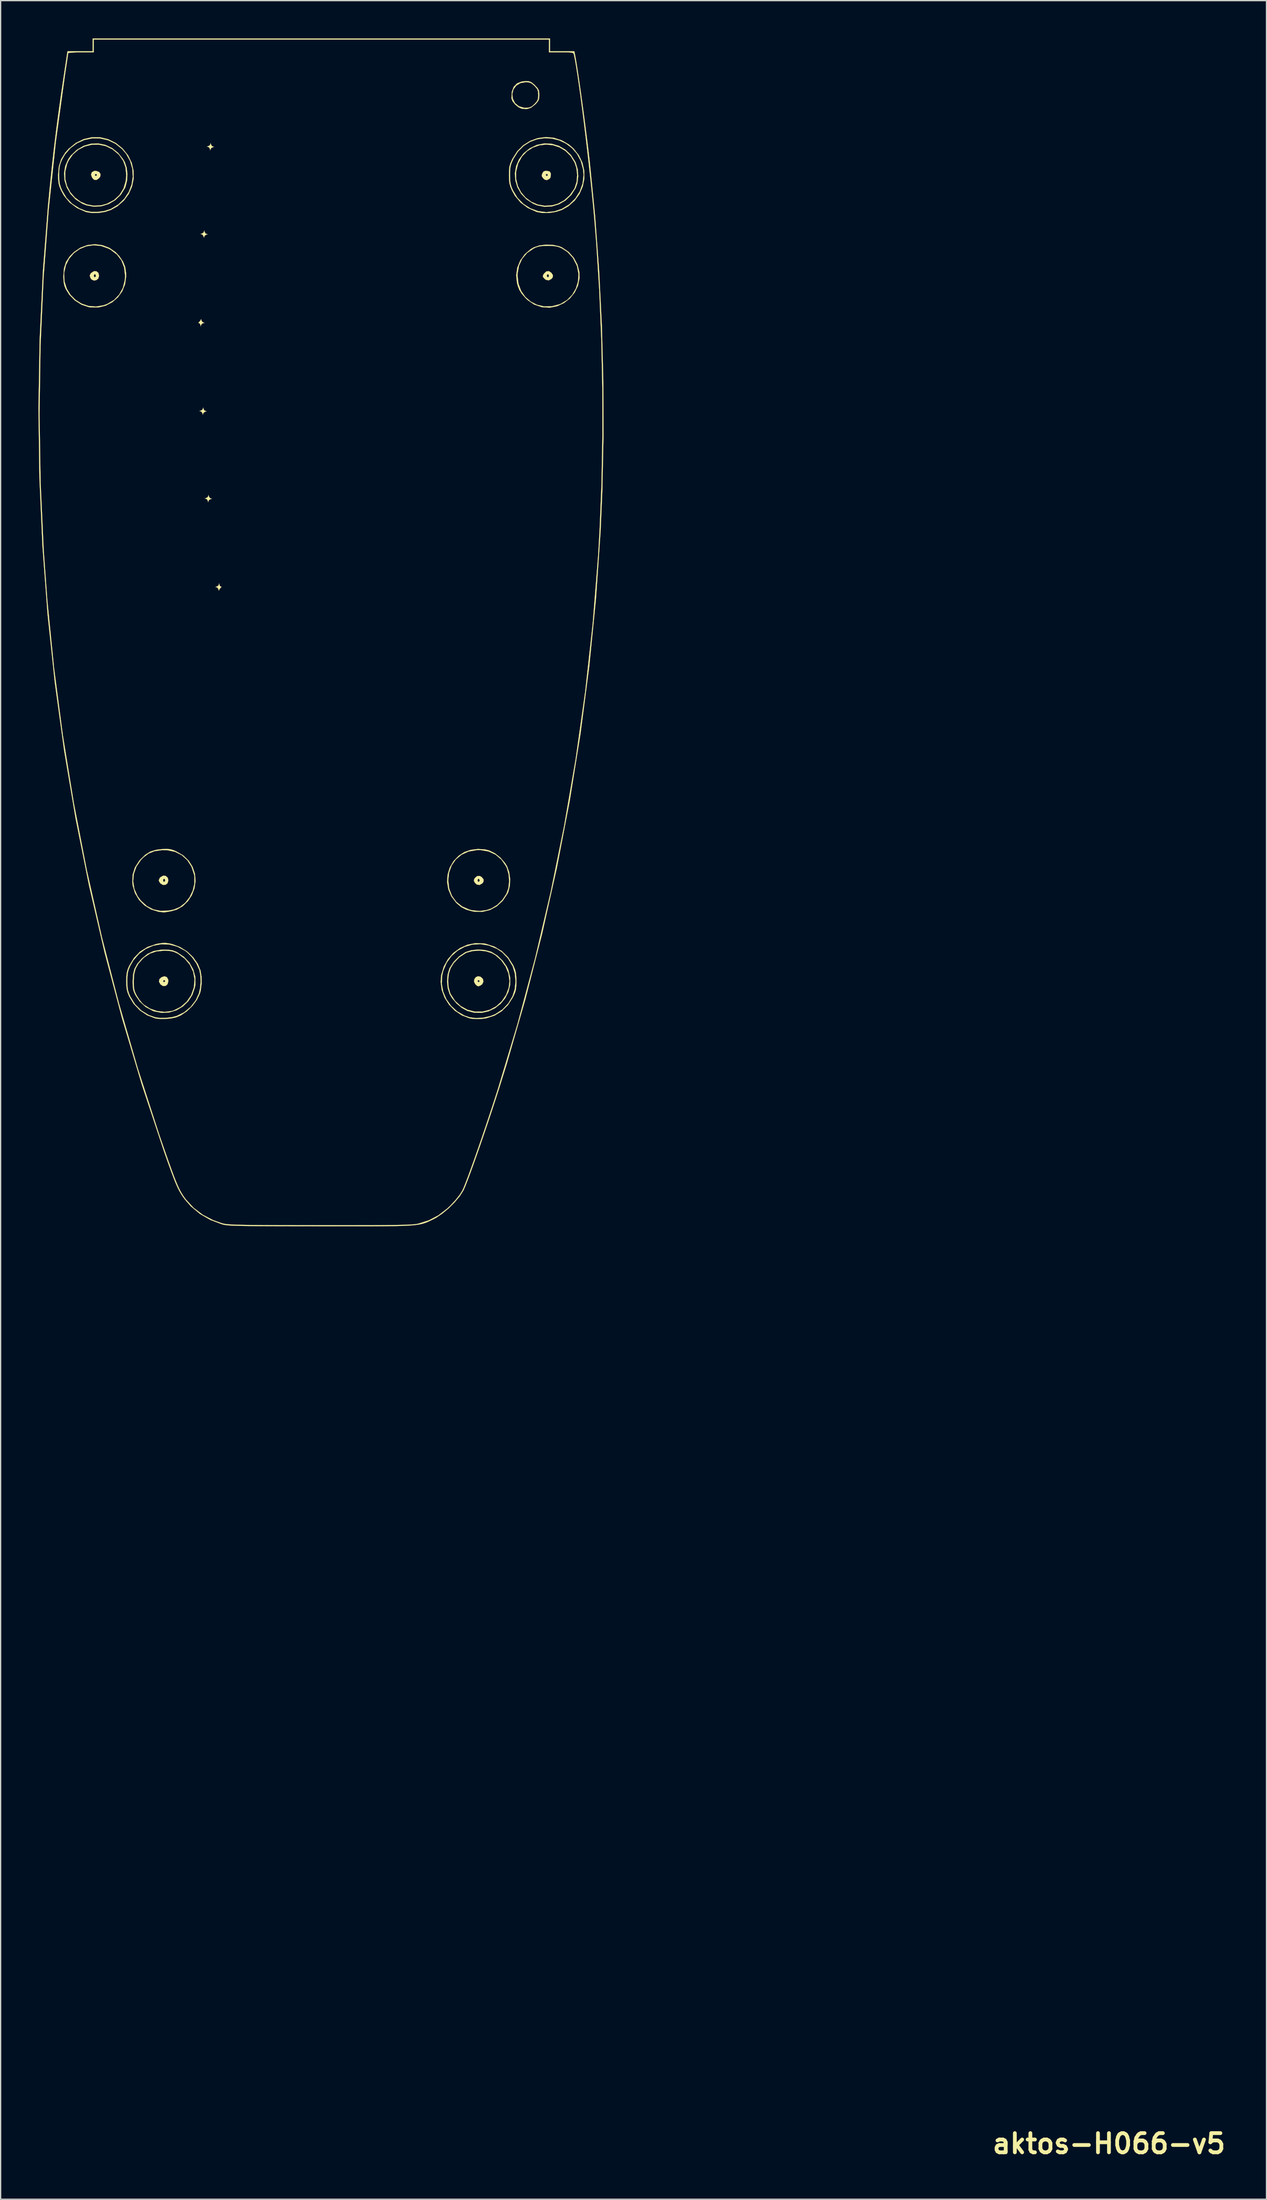
<source format=kicad_pcb>
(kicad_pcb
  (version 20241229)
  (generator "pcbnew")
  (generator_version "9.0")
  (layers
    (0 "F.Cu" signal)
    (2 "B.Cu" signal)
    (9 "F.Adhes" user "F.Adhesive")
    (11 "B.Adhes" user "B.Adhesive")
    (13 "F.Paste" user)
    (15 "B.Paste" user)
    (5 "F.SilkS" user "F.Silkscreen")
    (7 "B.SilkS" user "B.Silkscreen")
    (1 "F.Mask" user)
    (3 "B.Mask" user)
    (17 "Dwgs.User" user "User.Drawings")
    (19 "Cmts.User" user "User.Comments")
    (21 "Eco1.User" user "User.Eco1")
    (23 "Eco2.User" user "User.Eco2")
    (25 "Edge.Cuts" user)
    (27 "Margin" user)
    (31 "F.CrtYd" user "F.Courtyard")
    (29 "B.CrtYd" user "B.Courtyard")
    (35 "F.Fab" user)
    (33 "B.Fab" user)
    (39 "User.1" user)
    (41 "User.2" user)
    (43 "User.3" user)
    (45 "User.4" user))
  (footprint "aktos-H066-v5"
    (layer "F.Cu")
    (at 4.331 1.064)
    (property "Reference" "aktos-H066-v5" (at 80.7 166.094 0) (layer "F.SilkS") (effects (font (size 1.524 1.524) (thickness 0.3))))
    (attr through_hole)
    (fp_poly (pts (xy 8.611 21.306) (xy 8.611 21.308) (xy 8.687 21.447) (xy 8.765 21.488) (xy 8.864 21.52) (xy 8.8 21.535) (xy 8.772 21.537) (xy 8.632 21.616) (xy 8.591 21.695) (xy 8.559 21.799) (xy 8.546 21.739) (xy 8.542 21.695) (xy 8.484 21.568) (xy 8.427 21.545) (xy 8.371 21.521) (xy 8.414 21.482) (xy 8.527 21.35) (xy 8.556 21.293) (xy 8.596 21.217) (xy 8.611 21.306)) (stroke (width 0.01) (type solid)) (fill yes) (layer "F.SilkS"))
    (fp_poly (pts (xy 10.044 42.267) (xy 10.047 42.311) (xy 10.105 42.438) (xy 10.162 42.461) (xy 10.219 42.485) (xy 10.175 42.524) (xy 10.062 42.656) (xy 10.034 42.713) (xy 9.993 42.789) (xy 9.979 42.7) (xy 9.979 42.698) (xy 9.902 42.559) (xy 9.824 42.518) (xy 9.725 42.486) (xy 9.789 42.471) (xy 9.818 42.469) (xy 9.957 42.39) (xy 9.998 42.311) (xy 10.03 42.207) (xy 10.044 42.267)) (stroke (width 0.01) (type solid)) (fill yes) (layer "F.SilkS"))
    (fp_poly (pts (xy 8.775 28.306) (xy 8.777 28.335) (xy 8.856 28.475) (xy 8.935 28.516) (xy 9.034 28.548) (xy 8.97 28.562) (xy 8.941 28.564) (xy 8.801 28.644) (xy 8.76 28.722) (xy 8.728 28.821) (xy 8.714 28.757) (xy 8.712 28.728) (xy 8.632 28.589) (xy 8.554 28.548) (xy 8.455 28.516) (xy 8.519 28.501) (xy 8.548 28.499) (xy 8.687 28.42) (xy 8.728 28.341) (xy 8.76 28.242) (xy 8.775 28.306)) (stroke (width 0.01) (type solid)) (fill yes) (layer "F.SilkS"))
    (fp_poly (pts (xy 8.859 14.252) (xy 8.862 14.28) (xy 8.941 14.42) (xy 9.02 14.461) (xy 9.118 14.493) (xy 9.054 14.507) (xy 9.026 14.51) (xy 8.886 14.589) (xy 8.845 14.668) (xy 8.813 14.766) (xy 8.799 14.702) (xy 8.796 14.674) (xy 8.717 14.534) (xy 8.639 14.493) (xy 8.54 14.461) (xy 8.604 14.447) (xy 8.632 14.444) (xy 8.772 14.365) (xy 8.813 14.287) (xy 8.845 14.188) (xy 8.859 14.252)) (stroke (width 0.01) (type solid)) (fill yes) (layer "F.SilkS"))
    (fp_poly (pts (xy 9.198 35.249) (xy 9.2 35.278) (xy 9.28 35.417) (xy 9.358 35.458) (xy 9.457 35.49) (xy 9.393 35.505) (xy 9.364 35.507) (xy 9.225 35.586) (xy 9.184 35.665) (xy 9.152 35.764) (xy 9.137 35.7) (xy 9.135 35.671) (xy 9.056 35.531) (xy 8.977 35.49) (xy 8.878 35.458) (xy 8.942 35.444) (xy 8.971 35.442) (xy 9.111 35.362) (xy 9.152 35.284) (xy 9.184 35.185) (xy 9.198 35.249)) (stroke (width 0.01) (type solid)) (fill yes) (layer "F.SilkS"))
    (fp_poly (pts (xy 9.367 7.309) (xy 9.37 7.338) (xy 9.449 7.477) (xy 9.527 7.518) (xy 9.626 7.55) (xy 9.562 7.565) (xy 9.534 7.567) (xy 9.394 7.646) (xy 9.353 7.725) (xy 9.321 7.824) (xy 9.307 7.76) (xy 9.304 7.731) (xy 9.225 7.591) (xy 9.146 7.55) (xy 9.048 7.518) (xy 9.112 7.504) (xy 9.14 7.502) (xy 9.28 7.422) (xy 9.321 7.344) (xy 9.353 7.245) (xy 9.367 7.309)) (stroke (width 0.01) (type solid)) (fill yes) (layer "F.SilkS"))
    (fp_poly (pts (xy 0.489 9.54) (xy 0.603 9.705) (xy 0.578 9.909) (xy 0.487 10.034) (xy 0.276 10.18) (xy 0.092 10.161) (xy -0.065 9.995) (xy -0.143 9.778) (xy 0.151 9.778) (xy 0.215 9.86) (xy 0.235 9.863) (xy 0.318 9.798) (xy 0.32 9.778) (xy 0.256 9.696) (xy 0.235 9.693) (xy 0.153 9.758) (xy 0.151 9.778) (xy -0.143 9.778) (xy -0.15 9.756) (xy -0.09 9.566) (xy 0.094 9.462) (xy 0.253 9.456) (xy 0.489 9.54)) (stroke (width 0.01) (type solid)) (fill yes) (layer "F.SilkS"))
    (fp_poly (pts (xy 5.784 65.436) (xy 5.94 65.575) (xy 5.993 65.785) (xy 5.927 66.015) (xy 5.764 66.142) (xy 5.553 66.148) (xy 5.364 66.033) (xy 5.256 65.877) (xy 5.231 65.785) (xy 5.569 65.785) (xy 5.615 65.898) (xy 5.654 65.912) (xy 5.729 65.843) (xy 5.739 65.785) (xy 5.693 65.672) (xy 5.654 65.658) (xy 5.579 65.727) (xy 5.569 65.785) (xy 5.231 65.785) (xy 5.286 65.636) (xy 5.364 65.537) (xy 5.576 65.416) (xy 5.784 65.436)) (stroke (width 0.01) (type solid)) (fill yes) (layer "F.SilkS"))
    (fp_poly (pts (xy 0.427 17.546) (xy 0.489 17.779) (xy 0.425 18.001) (xy 0.268 18.132) (xy 0.071 18.161) (xy -0.114 18.074) (xy -0.203 17.949) (xy -0.249 17.779) (xy 0.066 17.779) (xy 0.112 17.892) (xy 0.151 17.906) (xy 0.226 17.837) (xy 0.235 17.779) (xy 0.19 17.666) (xy 0.151 17.652) (xy 0.076 17.721) (xy 0.066 17.779) (xy -0.249 17.779) (xy -0.254 17.763) (xy -0.182 17.609) (xy -0.146 17.568) (xy 0.064 17.425) (xy 0.271 17.423) (xy 0.427 17.546)) (stroke (width 0.01) (type solid)) (fill yes) (layer "F.SilkS"))
    (fp_poly (pts (xy 5.869 73.47) (xy 5.98 73.665) (xy 5.993 73.786) (xy 5.931 74.029) (xy 5.776 74.168) (xy 5.575 74.184) (xy 5.372 74.056) (xy 5.371 74.055) (xy 5.244 73.831) (xy 5.253 73.786) (xy 5.569 73.786) (xy 5.634 73.868) (xy 5.654 73.871) (xy 5.736 73.806) (xy 5.739 73.786) (xy 5.674 73.704) (xy 5.654 73.701) (xy 5.572 73.766) (xy 5.569 73.786) (xy 5.253 73.786) (xy 5.284 73.629) (xy 5.437 73.486) (xy 5.676 73.404) (xy 5.869 73.47)) (stroke (width 0.01) (type solid)) (fill yes) (layer "F.SilkS"))
    (fp_poly (pts (xy 30.79 73.442) (xy 30.975 73.616) (xy 31.018 73.83) (xy 30.92 74.033) (xy 30.796 74.127) (xy 30.638 74.197) (xy 30.526 74.174) (xy 30.383 74.046) (xy 30.275 73.849) (xy 30.28 73.786) (xy 30.546 73.786) (xy 30.61 73.868) (xy 30.631 73.871) (xy 30.713 73.806) (xy 30.715 73.786) (xy 30.651 73.704) (xy 30.631 73.701) (xy 30.548 73.766) (xy 30.546 73.786) (xy 30.28 73.786) (xy 30.291 73.646) (xy 30.403 73.482) (xy 30.581 73.4) (xy 30.79 73.442)) (stroke (width 0.01) (type solid)) (fill yes) (layer "F.SilkS"))
    (fp_poly (pts (xy 30.891 65.537) (xy 31.035 65.729) (xy 31.015 65.913) (xy 30.921 66.033) (xy 30.704 66.155) (xy 30.485 66.116) (xy 30.34 65.979) (xy 30.256 65.817) (xy 30.264 65.785) (xy 30.546 65.785) (xy 30.592 65.898) (xy 30.631 65.912) (xy 30.706 65.843) (xy 30.715 65.785) (xy 30.67 65.672) (xy 30.631 65.658) (xy 30.556 65.727) (xy 30.546 65.785) (xy 30.264 65.785) (xy 30.29 65.676) (xy 30.324 65.62) (xy 30.513 65.447) (xy 30.728 65.437) (xy 30.891 65.537)) (stroke (width 0.01) (type solid)) (fill yes) (layer "F.SilkS"))
    (fp_poly (pts (xy 36.417 17.553) (xy 36.542 17.747) (xy 36.515 17.916) (xy 36.424 18.027) (xy 36.206 18.149) (xy 35.979 18.107) (xy 35.84 17.993) (xy 35.741 17.861) (xy 35.747 17.779) (xy 36.049 17.779) (xy 36.095 17.892) (xy 36.134 17.906) (xy 36.209 17.837) (xy 36.219 17.779) (xy 36.173 17.666) (xy 36.134 17.652) (xy 36.059 17.721) (xy 36.049 17.779) (xy 35.747 17.779) (xy 35.749 17.747) (xy 35.828 17.612) (xy 36.016 17.434) (xy 36.225 17.419) (xy 36.417 17.553)) (stroke (width 0.01) (type solid)) (fill yes) (layer "F.SilkS"))
    (fp_poly (pts (xy 36.071 9.455) (xy 36.267 9.498) (xy 36.352 9.611) (xy 36.374 9.731) (xy 36.342 9.984) (xy 36.252 10.091) (xy 36.048 10.192) (xy 35.873 10.143) (xy 35.753 10.032) (xy 35.651 9.875) (xy 35.662 9.778) (xy 35.965 9.778) (xy 36.029 9.86) (xy 36.049 9.863) (xy 36.132 9.798) (xy 36.134 9.778) (xy 36.07 9.696) (xy 36.049 9.693) (xy 35.967 9.758) (xy 35.965 9.778) (xy 35.662 9.778) (xy 35.671 9.71) (xy 35.698 9.645) (xy 35.802 9.493) (xy 35.963 9.449) (xy 36.071 9.455)) (stroke (width 0.01) (type solid)) (fill yes) (layer "F.SilkS"))
    (fp_poly (pts (xy 34.637 2.343) (xy 34.823 2.413) (xy 35.019 2.569) (xy 35.118 2.666) (xy 35.317 2.881) (xy 35.418 3.059) (xy 35.453 3.272) (xy 35.457 3.428) (xy 35.442 3.695) (xy 35.378 3.885) (xy 35.23 4.075) (xy 35.129 4.179) (xy 34.79 4.444) (xy 34.443 4.552) (xy 34.053 4.514) (xy 34.044 4.512) (xy 33.784 4.388) (xy 33.532 4.179) (xy 33.336 3.934) (xy 33.244 3.703) (xy 33.243 3.687) (xy 33.261 3.357) (xy 33.309 3.357) (xy 33.349 3.719) (xy 33.528 4.073) (xy 33.824 4.318) (xy 34.214 4.436) (xy 34.36 4.444) (xy 34.636 4.427) (xy 34.834 4.35) (xy 35.037 4.18) (xy 35.073 4.145) (xy 35.26 3.934) (xy 35.348 3.741) (xy 35.372 3.482) (xy 35.372 3.428) (xy 35.355 3.15) (xy 35.28 2.952) (xy 35.111 2.75) (xy 35.073 2.711) (xy 34.862 2.524) (xy 34.668 2.436) (xy 34.409 2.412) (xy 34.36 2.412) (xy 33.949 2.485) (xy 33.623 2.686) (xy 33.402 2.986) (xy 33.309 3.357) (xy 33.261 3.357) (xy 33.27 3.177) (xy 33.419 2.783) (xy 33.684 2.509) (xy 34.064 2.358) (xy 34.39 2.327) (xy 34.637 2.343)) (stroke (width 0.01) (type solid)) (fill yes) (layer "F.SilkS"))
    (fp_poly (pts (xy 0.989 7.392) (xy 1.527 7.645) (xy 2.009 8.032) (xy 2.415 8.551) (xy 2.533 8.761) (xy 2.68 9.194) (xy 2.739 9.706) (xy 2.708 10.234) (xy 2.588 10.714) (xy 2.547 10.813) (xy 2.215 11.349) (xy 1.776 11.776) (xy 1.256 12.083) (xy 0.683 12.26) (xy 0.083 12.299) (xy -0.517 12.188) (xy -0.84 12.059) (xy -1.369 11.719) (xy -1.785 11.28) (xy -2.082 10.769) (xy -2.254 10.212) (xy -2.295 9.635) (xy -2.275 9.517) (xy -2.199 9.517) (xy -2.194 10.104) (xy -2.054 10.652) (xy -1.796 11.144) (xy -1.436 11.564) (xy -0.992 11.895) (xy -0.48 12.119) (xy 0.082 12.221) (xy 0.678 12.182) (xy 1.115 12.06) (xy 1.675 11.767) (xy 2.117 11.359) (xy 2.431 10.849) (xy 2.608 10.25) (xy 2.645 9.777) (xy 2.588 9.179) (xy 2.409 8.67) (xy 2.092 8.211) (xy 2.027 8.139) (xy 1.555 7.743) (xy 1.026 7.488) (xy 0.465 7.369) (xy -0.103 7.38) (xy -0.652 7.517) (xy -1.156 7.775) (xy -1.59 8.15) (xy -1.929 8.636) (xy -2.051 8.909) (xy -2.199 9.517) (xy -2.275 9.517) (xy -2.198 9.063) (xy -1.958 8.522) (xy -1.752 8.234) (xy -1.27 7.776) (xy -0.733 7.465) (xy -0.163 7.299) (xy 0.418 7.276) (xy 0.989 7.392)) (stroke (width 0.01) (type solid)) (fill yes) (layer "F.SilkS"))
    (fp_poly (pts (xy 36.444 7.303) (xy 37.012 7.471) (xy 37.529 7.772) (xy 37.972 8.197) (xy 38.317 8.739) (xy 38.347 8.804) (xy 38.502 9.317) (xy 38.547 9.878) (xy 38.481 10.425) (xy 38.345 10.817) (xy 37.996 11.363) (xy 37.549 11.794) (xy 37.029 12.101) (xy 36.46 12.275) (xy 35.866 12.307) (xy 35.273 12.187) (xy 34.967 12.06) (xy 34.424 11.705) (xy 34.006 11.261) (xy 33.714 10.752) (xy 33.55 10.202) (xy 33.517 9.634) (xy 33.537 9.515) (xy 33.616 9.515) (xy 33.617 10.107) (xy 33.754 10.659) (xy 34.011 11.154) (xy 34.369 11.574) (xy 34.813 11.904) (xy 35.327 12.127) (xy 35.892 12.225) (xy 36.494 12.183) (xy 36.929 12.06) (xy 37.433 11.788) (xy 37.878 11.385) (xy 38.223 10.891) (xy 38.264 10.81) (xy 38.417 10.33) (xy 38.462 9.782) (xy 38.4 9.229) (xy 38.263 8.804) (xy 37.946 8.279) (xy 37.536 7.873) (xy 37.057 7.585) (xy 36.534 7.415) (xy 35.989 7.363) (xy 35.447 7.428) (xy 34.932 7.609) (xy 34.467 7.906) (xy 34.078 8.319) (xy 33.787 8.847) (xy 33.767 8.899) (xy 33.616 9.515) (xy 33.537 9.515) (xy 33.614 9.071) (xy 33.844 8.537) (xy 34.208 8.057) (xy 34.688 7.666) (xy 35.258 7.393) (xy 35.852 7.274) (xy 36.444 7.303)) (stroke (width 0.01) (type solid)) (fill yes) (layer "F.SilkS"))
    (fp_poly (pts (xy 0.747 15.353) (xy 1.308 15.565) (xy 1.809 15.915) (xy 2.096 16.221) (xy 2.393 16.659) (xy 2.565 17.091) (xy 2.635 17.584) (xy 2.639 17.821) (xy 2.556 18.446) (xy 2.332 19.009) (xy 1.986 19.493) (xy 1.541 19.881) (xy 1.017 20.155) (xy 0.434 20.298) (xy -0.187 20.294) (xy -0.328 20.271) (xy -0.909 20.077) (xy -1.437 19.741) (xy -1.879 19.287) (xy -2.155 18.846) (xy -2.264 18.579) (xy -2.324 18.291) (xy -2.346 17.919) (xy -2.347 17.779) (xy -2.334 17.623) (xy -2.289 17.623) (xy -2.254 18.247) (xy -2.075 18.811) (xy -1.775 19.3) (xy -1.373 19.701) (xy -0.891 19.999) (xy -0.348 20.179) (xy 0.234 20.227) (xy 0.836 20.129) (xy 1.135 20.022) (xy 1.668 19.707) (xy 2.086 19.276) (xy 2.377 18.746) (xy 2.53 18.135) (xy 2.552 17.779) (xy 2.479 17.127) (xy 2.264 16.566) (xy 1.906 16.096) (xy 1.406 15.718) (xy 1.235 15.625) (xy 0.643 15.415) (xy 0.051 15.358) (xy -0.52 15.443) (xy -1.048 15.657) (xy -1.51 15.987) (xy -1.885 16.421) (xy -2.15 16.946) (xy -2.283 17.55) (xy -2.289 17.623) (xy -2.334 17.623) (xy -2.298 17.184) (xy -2.138 16.688) (xy -1.848 16.247) (xy -1.522 15.914) (xy -1.007 15.557) (xy -0.438 15.346) (xy 0.156 15.279) (xy 0.747 15.353)) (stroke (width 0.01) (type solid)) (fill yes) (layer "F.SilkS"))
    (fp_poly (pts (xy 31.141 63.331) (xy 31.464 63.41) (xy 31.928 63.638) (xy 32.371 63.989) (xy 32.741 64.419) (xy 32.897 64.674) (xy 33.066 65.142) (xy 33.139 65.676) (xy 33.116 66.216) (xy 32.995 66.701) (xy 32.931 66.843) (xy 32.553 67.409) (xy 32.084 67.844) (xy 31.54 68.139) (xy 30.94 68.286) (xy 30.302 68.276) (xy 30.123 68.244) (xy 29.642 68.11) (xy 29.26 67.915) (xy 28.908 67.622) (xy 28.836 67.549) (xy 28.458 67.046) (xy 28.225 66.49) (xy 28.131 65.907) (xy 28.14 65.785) (xy 28.222 65.785) (xy 28.297 66.438) (xy 28.514 67.011) (xy 28.861 67.49) (xy 29.327 67.86) (xy 29.901 68.108) (xy 30.122 68.162) (xy 30.726 68.223) (xy 31.295 68.139) (xy 31.656 68.013) (xy 32.109 67.74) (xy 32.519 67.337) (xy 32.846 66.843) (xy 33.001 66.392) (xy 33.057 65.863) (xy 33.017 65.32) (xy 32.88 64.821) (xy 32.812 64.673) (xy 32.448 64.145) (xy 31.984 63.75) (xy 31.431 63.495) (xy 30.802 63.385) (xy 30.475 63.387) (xy 29.833 63.501) (xy 29.28 63.752) (xy 28.828 64.126) (xy 28.493 64.608) (xy 28.286 65.185) (xy 28.222 65.785) (xy 28.14 65.785) (xy 28.173 65.322) (xy 28.345 64.762) (xy 28.645 64.253) (xy 29.066 63.821) (xy 29.502 63.541) (xy 30.004 63.367) (xy 30.573 63.296) (xy 31.141 63.331)) (stroke (width 0.01) (type solid)) (fill yes) (layer "F.SilkS"))
    (fp_poly (pts (xy 31.121 71.318) (xy 31.604 71.448) (xy 31.665 71.475) (xy 32.128 71.764) (xy 32.547 72.17) (xy 32.874 72.638) (xy 32.996 72.903) (xy 33.143 73.509) (xy 33.137 74.098) (xy 32.997 74.652) (xy 32.74 75.154) (xy 32.382 75.588) (xy 31.94 75.936) (xy 31.433 76.181) (xy 30.876 76.307) (xy 30.287 76.296) (xy 29.733 76.151) (xy 29.301 75.914) (xy 28.88 75.561) (xy 28.522 75.139) (xy 28.332 74.821) (xy 28.181 74.352) (xy 28.127 73.812) (xy 28.132 73.745) (xy 28.212 73.745) (xy 28.252 74.279) (xy 28.384 74.75) (xy 28.413 74.812) (xy 28.762 75.352) (xy 29.215 75.771) (xy 29.745 76.06) (xy 30.329 76.209) (xy 30.943 76.208) (xy 31.516 76.066) (xy 32.041 75.783) (xy 32.482 75.374) (xy 32.818 74.87) (xy 33.026 74.304) (xy 33.086 73.786) (xy 33.006 73.196) (xy 32.78 72.635) (xy 32.431 72.138) (xy 31.982 71.74) (xy 31.66 71.557) (xy 31.201 71.417) (xy 30.674 71.366) (xy 30.147 71.404) (xy 29.684 71.53) (xy 29.606 71.565) (xy 29.093 71.904) (xy 28.661 72.359) (xy 28.412 72.762) (xy 28.265 73.217) (xy 28.212 73.745) (xy 28.132 73.745) (xy 28.171 73.27) (xy 28.313 72.792) (xy 28.331 72.754) (xy 28.647 72.266) (xy 29.077 71.83) (xy 29.565 71.501) (xy 29.598 71.484) (xy 30.052 71.336) (xy 30.581 71.281) (xy 31.121 71.318)) (stroke (width 0.01) (type solid)) (fill yes) (layer "F.SilkS"))
    (fp_poly (pts (xy 6.132 63.314) (xy 6.374 63.38) (xy 6.601 63.476) (xy 7.17 63.806) (xy 7.605 64.221) (xy 7.913 64.708) (xy 8.104 65.271) (xy 8.15 65.852) (xy 8.064 66.425) (xy 7.859 66.963) (xy 7.547 67.441) (xy 7.141 67.833) (xy 6.653 68.114) (xy 6.204 68.241) (xy 5.955 68.283) (xy 5.766 68.316) (xy 5.739 68.321) (xy 5.582 68.323) (xy 5.335 68.298) (xy 5.224 68.281) (xy 4.624 68.099) (xy 4.098 67.779) (xy 3.665 67.344) (xy 3.346 66.816) (xy 3.162 66.217) (xy 3.129 65.941) (xy 3.132 65.869) (xy 3.197 65.869) (xy 3.292 66.462) (xy 3.538 67.023) (xy 3.808 67.393) (xy 4.277 67.82) (xy 4.8 68.093) (xy 5.385 68.213) (xy 6.041 68.182) (xy 6.424 68.105) (xy 6.91 67.901) (xy 7.334 67.564) (xy 7.678 67.124) (xy 7.925 66.611) (xy 8.058 66.055) (xy 8.059 65.487) (xy 8.034 65.334) (xy 7.831 64.713) (xy 7.503 64.197) (xy 7.064 63.797) (xy 6.529 63.526) (xy 5.913 63.394) (xy 5.464 63.39) (xy 4.894 63.473) (xy 4.429 63.655) (xy 4.021 63.957) (xy 3.808 64.177) (xy 3.454 64.699) (xy 3.25 65.272) (xy 3.197 65.869) (xy 3.132 65.869) (xy 3.159 65.316) (xy 3.34 64.755) (xy 3.679 64.233) (xy 3.767 64.132) (xy 4.161 63.751) (xy 4.561 63.503) (xy 5.02 63.361) (xy 5.497 63.305) (xy 5.863 63.293) (xy 6.132 63.314)) (stroke (width 0.01) (type solid)) (fill yes) (layer "F.SilkS"))
    (fp_poly (pts (xy 36.54 15.331) (xy 37.042 15.441) (xy 37.261 15.532) (xy 37.782 15.887) (xy 38.196 16.352) (xy 38.487 16.898) (xy 38.639 17.495) (xy 38.65 17.967) (xy 38.525 18.575) (xy 38.261 19.119) (xy 37.883 19.583) (xy 37.413 19.948) (xy 36.874 20.198) (xy 36.288 20.314) (xy 35.679 20.279) (xy 35.655 20.274) (xy 35.055 20.069) (xy 34.529 19.717) (xy 34.35 19.543) (xy 34.063 19.209) (xy 33.873 18.91) (xy 33.744 18.579) (xy 33.681 18.342) (xy 33.623 17.779) (xy 33.726 17.779) (xy 33.801 18.42) (xy 34.013 18.984) (xy 34.343 19.458) (xy 34.771 19.83) (xy 35.278 20.086) (xy 35.844 20.216) (xy 36.45 20.204) (xy 37.077 20.041) (xy 37.159 20.007) (xy 37.662 19.708) (xy 38.066 19.293) (xy 38.359 18.79) (xy 38.53 18.229) (xy 38.566 17.639) (xy 38.455 17.049) (xy 38.418 16.942) (xy 38.118 16.363) (xy 37.703 15.906) (xy 37.263 15.617) (xy 37.016 15.507) (xy 36.77 15.443) (xy 36.465 15.414) (xy 36.134 15.408) (xy 35.737 15.417) (xy 35.448 15.452) (xy 35.207 15.524) (xy 35.004 15.618) (xy 34.487 15.971) (xy 34.096 16.431) (xy 33.841 16.984) (xy 33.73 17.616) (xy 33.726 17.779) (xy 33.623 17.779) (xy 33.618 17.731) (xy 33.71 17.129) (xy 33.943 16.565) (xy 34.303 16.067) (xy 34.777 15.665) (xy 35.005 15.533) (xy 35.458 15.377) (xy 35.991 15.31) (xy 36.54 15.331)) (stroke (width 0.01) (type solid)) (fill yes) (layer "F.SilkS"))
    (fp_poly (pts (xy 0.571 6.788) (xy 1.217 6.942) (xy 1.829 7.248) (xy 2.357 7.676) (xy 2.793 8.219) (xy 3.082 8.816) (xy 3.228 9.443) (xy 3.235 10.079) (xy 3.106 10.7) (xy 2.847 11.286) (xy 2.461 11.812) (xy 1.953 12.258) (xy 1.44 12.551) (xy 0.97 12.708) (xy 0.44 12.792) (xy -0.084 12.799) (xy -0.537 12.723) (xy -0.569 12.712) (xy -1.267 12.402) (xy -1.842 11.976) (xy -2.297 11.431) (xy -2.531 11.006) (xy -2.655 10.709) (xy -2.727 10.44) (xy -2.76 10.13) (xy -2.767 9.778) (xy -2.682 9.778) (xy -2.673 10.178) (xy -2.635 10.478) (xy -2.557 10.746) (xy -2.447 11.006) (xy -2.099 11.594) (xy -1.652 12.059) (xy -1.087 12.418) (xy -0.569 12.628) (xy -0.128 12.711) (xy 0.391 12.711) (xy 0.921 12.635) (xy 1.395 12.486) (xy 1.435 12.468) (xy 2.023 12.115) (xy 2.494 11.66) (xy 2.844 11.126) (xy 3.07 10.537) (xy 3.166 9.917) (xy 3.129 9.288) (xy 2.953 8.675) (xy 2.635 8.101) (xy 2.315 7.723) (xy 1.778 7.297) (xy 1.185 7.016) (xy 0.561 6.876) (xy -0.072 6.874) (xy -0.69 7.005) (xy -1.269 7.264) (xy -1.787 7.649) (xy -2.219 8.153) (xy -2.458 8.576) (xy -2.577 8.864) (xy -2.646 9.134) (xy -2.676 9.452) (xy -2.682 9.778) (xy -2.767 9.778) (xy -2.71 9.111) (xy -2.528 8.536) (xy -2.207 8.016) (xy -1.908 7.68) (xy -1.347 7.23) (xy -0.733 6.932) (xy -0.086 6.784) (xy 0.571 6.788)) (stroke (width 0.01) (type solid)) (fill yes) (layer "F.SilkS"))
    (fp_poly (pts (xy 31.074 70.802) (xy 31.192 70.823) (xy 31.883 71.046) (xy 32.487 71.411) (xy 32.99 71.908) (xy 33.381 72.526) (xy 33.409 72.586) (xy 33.528 72.874) (xy 33.597 73.147) (xy 33.628 73.47) (xy 33.635 73.788) (xy 33.628 74.17) (xy 33.597 74.451) (xy 33.527 74.699) (xy 33.402 74.984) (xy 33.361 75.068) (xy 32.973 75.68) (xy 32.478 76.171) (xy 31.893 76.528) (xy 31.236 76.74) (xy 30.825 76.793) (xy 30.473 76.799) (xy 30.138 76.78) (xy 29.931 76.747) (xy 29.302 76.508) (xy 28.75 76.139) (xy 28.289 75.665) (xy 27.936 75.11) (xy 27.707 74.499) (xy 27.635 73.974) (xy 27.706 73.974) (xy 27.819 74.615) (xy 28.071 75.214) (xy 28.446 75.746) (xy 28.929 76.189) (xy 29.503 76.518) (xy 29.931 76.663) (xy 30.447 76.726) (xy 31.023 76.688) (xy 31.592 76.557) (xy 31.95 76.413) (xy 32.532 76.038) (xy 32.999 75.54) (xy 33.327 74.981) (xy 33.503 74.426) (xy 33.565 73.808) (xy 33.511 73.188) (xy 33.343 72.626) (xy 33.327 72.591) (xy 32.966 71.989) (xy 32.507 71.506) (xy 32.096 71.228) (xy 31.439 70.961) (xy 30.776 70.852) (xy 30.13 70.891) (xy 29.518 71.069) (xy 28.962 71.375) (xy 28.482 71.8) (xy 28.097 72.334) (xy 27.829 72.968) (xy 27.746 73.314) (xy 27.706 73.974) (xy 27.635 73.974) (xy 27.618 73.854) (xy 27.661 73.314) (xy 27.864 72.638) (xy 28.195 72.044) (xy 28.634 71.546) (xy 29.162 71.159) (xy 29.757 70.897) (xy 30.402 70.773) (xy 31.074 70.802)) (stroke (width 0.01) (type solid)) (fill yes) (layer "F.SilkS"))
    (fp_poly (pts (xy 36.599 6.825) (xy 37.222 7.02) (xy 37.807 7.361) (xy 38.161 7.667) (xy 38.593 8.209) (xy 38.88 8.806) (xy 39.025 9.435) (xy 39.032 10.074) (xy 38.905 10.698) (xy 38.649 11.285) (xy 38.268 11.813) (xy 37.766 12.258) (xy 37.259 12.549) (xy 36.785 12.707) (xy 36.252 12.792) (xy 35.726 12.799) (xy 35.272 12.721) (xy 35.245 12.712) (xy 34.547 12.402) (xy 33.972 11.975) (xy 33.516 11.429) (xy 33.281 11.006) (xy 33.156 10.711) (xy 33.084 10.445) (xy 33.051 10.14) (xy 33.044 9.776) (xy 33.128 9.776) (xy 33.138 10.175) (xy 33.174 10.472) (xy 33.251 10.738) (xy 33.366 11.006) (xy 33.728 11.598) (xy 34.197 12.075) (xy 34.749 12.429) (xy 35.361 12.651) (xy 36.008 12.732) (xy 36.669 12.663) (xy 37.256 12.466) (xy 37.839 12.11) (xy 38.315 11.639) (xy 38.671 11.077) (xy 38.893 10.451) (xy 38.969 9.783) (xy 38.932 9.339) (xy 38.751 8.678) (xy 38.451 8.114) (xy 38.052 7.65) (xy 37.574 7.29) (xy 37.039 7.035) (xy 36.466 6.891) (xy 35.877 6.859) (xy 35.291 6.943) (xy 34.73 7.146) (xy 34.215 7.472) (xy 33.764 7.922) (xy 33.407 8.489) (xy 33.265 8.796) (xy 33.181 9.05) (xy 33.141 9.318) (xy 33.129 9.669) (xy 33.128 9.776) (xy 33.044 9.776) (xy 33.051 9.394) (xy 33.083 9.111) (xy 33.155 8.861) (xy 33.281 8.573) (xy 33.322 8.49) (xy 33.701 7.893) (xy 34.177 7.419) (xy 34.727 7.072) (xy 35.329 6.854) (xy 35.961 6.771) (xy 36.599 6.825)) (stroke (width 0.01) (type solid)) (fill yes) (layer "F.SilkS"))
    (fp_poly (pts (xy 6.049 71.303) (xy 6.344 71.354) (xy 6.608 71.455) (xy 6.67 71.486) (xy 7.229 71.859) (xy 7.666 72.325) (xy 7.971 72.862) (xy 8.132 73.449) (xy 8.139 74.065) (xy 8.105 74.27) (xy 7.902 74.873) (xy 7.574 75.387) (xy 7.143 75.802) (xy 6.635 76.102) (xy 6.07 76.276) (xy 5.474 76.31) (xy 4.869 76.191) (xy 4.759 76.152) (xy 4.188 75.843) (xy 3.71 75.399) (xy 3.408 74.959) (xy 3.28 74.71) (xy 3.205 74.491) (xy 3.168 74.241) (xy 3.158 73.898) (xy 3.157 73.786) (xy 3.242 73.786) (xy 3.248 74.163) (xy 3.277 74.431) (xy 3.341 74.653) (xy 3.453 74.888) (xy 3.492 74.959) (xy 3.685 75.257) (xy 3.91 75.531) (xy 4.042 75.659) (xy 4.539 75.971) (xy 5.105 76.165) (xy 5.694 76.232) (xy 6.259 76.163) (xy 6.41 76.116) (xy 6.984 75.828) (xy 7.454 75.414) (xy 7.805 74.893) (xy 8.017 74.287) (xy 8.021 74.27) (xy 8.07 73.643) (xy 7.96 73.045) (xy 7.701 72.497) (xy 7.304 72.018) (xy 6.779 71.63) (xy 6.67 71.571) (xy 6.404 71.456) (xy 6.122 71.396) (xy 5.757 71.375) (xy 5.654 71.375) (xy 5.043 71.43) (xy 4.53 71.602) (xy 4.08 71.904) (xy 3.933 72.042) (xy 3.601 72.422) (xy 3.389 72.801) (xy 3.277 73.232) (xy 3.242 73.768) (xy 3.242 73.786) (xy 3.157 73.786) (xy 3.19 73.248) (xy 3.3 72.814) (xy 3.511 72.429) (xy 3.846 72.039) (xy 3.888 71.996) (xy 4.333 71.63) (xy 4.813 71.404) (xy 5.37 71.301) (xy 5.654 71.29) (xy 6.049 71.303)) (stroke (width 0.01) (type solid)) (fill yes) (layer "F.SilkS"))
    (fp_poly (pts (xy 6.115 70.808) (xy 6.304 70.852) (xy 6.919 71.079) (xy 7.482 71.434) (xy 7.962 71.891) (xy 8.331 72.42) (xy 8.543 72.935) (xy 8.626 73.429) (xy 8.633 73.986) (xy 8.567 74.521) (xy 8.501 74.769) (xy 8.26 75.277) (xy 7.9 75.762) (xy 7.461 76.186) (xy 6.979 76.509) (xy 6.601 76.668) (xy 6.219 76.748) (xy 5.774 76.791) (xy 5.339 76.794) (xy 4.985 76.754) (xy 4.955 76.747) (xy 4.307 76.499) (xy 3.726 76.109) (xy 3.24 75.599) (xy 2.885 75.014) (xy 2.761 74.718) (xy 2.689 74.452) (xy 2.655 74.146) (xy 2.648 73.786) (xy 2.733 73.786) (xy 2.742 74.184) (xy 2.779 74.482) (xy 2.856 74.748) (xy 2.97 75.014) (xy 3.343 75.623) (xy 3.833 76.114) (xy 4.424 76.476) (xy 4.955 76.662) (xy 5.34 76.713) (xy 5.807 76.707) (xy 6.278 76.65) (xy 6.653 76.555) (xy 7.25 76.259) (xy 7.765 75.83) (xy 8.171 75.295) (xy 8.416 74.764) (xy 8.512 74.335) (xy 8.552 73.835) (xy 8.534 73.338) (xy 8.457 72.919) (xy 8.449 72.894) (xy 8.217 72.387) (xy 7.873 71.898) (xy 7.467 71.491) (xy 7.324 71.383) (xy 6.709 71.055) (xy 6.066 70.882) (xy 5.417 70.859) (xy 4.786 70.978) (xy 4.194 71.234) (xy 3.664 71.621) (xy 3.22 72.131) (xy 2.956 72.591) (xy 2.838 72.875) (xy 2.769 73.142) (xy 2.739 73.458) (xy 2.733 73.786) (xy 2.648 73.786) (xy 2.658 73.384) (xy 2.696 73.084) (xy 2.773 72.819) (xy 2.874 72.586) (xy 3.256 71.95) (xy 3.743 71.447) (xy 4.334 71.077) (xy 5.028 70.843) (xy 5.172 70.813) (xy 5.518 70.762) (xy 5.803 70.759) (xy 6.115 70.808)) (stroke (width 0.01) (type solid)) (fill yes) (layer "F.SilkS"))
    (fp_poly (pts (xy 36.303 -0.043) (xy 38.237 -0.043) (xy 38.285 0.19) (xy 38.354 0.563) (xy 38.44 1.082) (xy 38.539 1.725) (xy 38.649 2.469) (xy 38.766 3.292) (xy 38.887 4.171) (xy 39.01 5.084) (xy 39.13 6.009) (xy 39.246 6.923) (xy 39.354 7.804) (xy 39.45 8.63) (xy 39.475 8.847) (xy 39.891 13.072) (xy 40.208 17.396) (xy 40.425 21.78) (xy 40.54 26.186) (xy 40.552 30.575) (xy 40.46 34.908) (xy 40.324 38.057) (xy 39.957 43.422) (xy 39.425 48.785) (xy 38.73 54.138) (xy 37.873 59.47) (xy 36.856 64.771) (xy 35.68 70.031) (xy 34.349 75.24) (xy 32.863 80.388) (xy 32.268 82.295) (xy 31.979 83.193) (xy 31.679 84.11) (xy 31.373 85.028) (xy 31.068 85.93) (xy 30.77 86.798) (xy 30.484 87.616) (xy 30.218 88.366) (xy 29.976 89.031) (xy 29.765 89.593) (xy 29.592 90.036) (xy 29.461 90.341) (xy 29.421 90.423) (xy 29.131 90.875) (xy 28.728 91.357) (xy 28.254 91.828) (xy 27.75 92.249) (xy 27.259 92.58) (xy 27.075 92.678) (xy 26.873 92.777) (xy 26.692 92.864) (xy 26.52 92.939) (xy 26.345 93.005) (xy 26.155 93.06) (xy 25.94 93.107) (xy 25.687 93.146) (xy 25.385 93.178) (xy 25.022 93.203) (xy 24.587 93.222) (xy 24.067 93.236) (xy 23.452 93.245) (xy 22.73 93.251) (xy 21.888 93.254) (xy 20.916 93.255) (xy 19.802 93.255) (xy 18.534 93.254) (xy 18.072 93.253) (xy 16.784 93.252) (xy 15.655 93.25) (xy 14.672 93.248) (xy 13.824 93.245) (xy 13.101 93.241) (xy 12.491 93.235) (xy 11.982 93.228) (xy 11.564 93.219) (xy 11.225 93.208) (xy 10.954 93.195) (xy 10.74 93.18) (xy 10.571 93.162) (xy 10.436 93.141) (xy 10.324 93.116) (xy 10.249 93.096) (xy 9.328 92.752) (xy 8.501 92.274) (xy 7.78 91.672) (xy 7.302 91.125) (xy 7.141 90.904) (xy 6.995 90.683) (xy 6.857 90.444) (xy 6.718 90.165) (xy 6.57 89.829) (xy 6.405 89.416) (xy 6.213 88.906) (xy 5.987 88.28) (xy 5.718 87.519) (xy 5.623 87.248) (xy 3.895 82.05) (xy 2.33 76.809) (xy 0.929 71.53) (xy -0.307 66.215) (xy -1.379 60.869) (xy -2.286 55.495) (xy -3.027 50.096) (xy -3.602 44.676) (xy -4.01 39.239) (xy -4.252 33.787) (xy -4.32 28.783) (xy -4.24 28.783) (xy -4.155 34.208) (xy -3.906 39.618) (xy -3.62 43.56) (xy -3.085 48.939) (xy -2.381 54.311) (xy -1.512 59.668) (xy -0.479 65.004) (xy 0.717 70.309) (xy 2.075 75.576) (xy 3.591 80.797) (xy 5.265 85.965) (xy 5.708 87.248) (xy 5.992 88.056) (xy 6.231 88.722) (xy 6.432 89.267) (xy 6.605 89.709) (xy 6.758 90.067) (xy 6.899 90.361) (xy 7.036 90.611) (xy 7.177 90.834) (xy 7.332 91.052) (xy 7.381 91.118) (xy 7.992 91.784) (xy 8.723 92.339) (xy 9.564 92.773) (xy 10.249 93.012) (xy 10.352 93.038) (xy 10.469 93.062) (xy 10.612 93.082) (xy 10.792 93.1) (xy 11.021 93.114) (xy 11.309 93.127) (xy 11.668 93.137) (xy 12.11 93.146) (xy 12.645 93.152) (xy 13.286 93.157) (xy 14.042 93.161) (xy 14.926 93.164) (xy 15.949 93.166) (xy 17.122 93.168) (xy 18.031 93.169) (xy 19.332 93.169) (xy 20.475 93.169) (xy 21.47 93.168) (xy 22.33 93.166) (xy 23.064 93.162) (xy 23.685 93.156) (xy 24.204 93.149) (xy 24.631 93.14) (xy 24.977 93.128) (xy 25.255 93.115) (xy 25.474 93.099) (xy 25.646 93.08) (xy 25.783 93.058) (xy 25.856 93.042) (xy 26.688 92.778) (xy 27.444 92.381) (xy 28.15 91.836) (xy 28.391 91.608) (xy 28.79 91.181) (xy 29.118 90.769) (xy 29.336 90.423) (xy 29.448 90.179) (xy 29.604 89.79) (xy 29.801 89.275) (xy 30.03 88.651) (xy 30.287 87.934) (xy 30.566 87.141) (xy 30.86 86.292) (xy 31.163 85.401) (xy 31.469 84.487) (xy 31.772 83.567) (xy 32.067 82.659) (xy 32.183 82.295) (xy 33.727 77.172) (xy 35.116 71.985) (xy 36.35 66.743) (xy 37.426 61.457) (xy 38.344 56.135) (xy 39.1 50.789) (xy 39.693 45.428) (xy 40.122 40.062) (xy 40.239 38.057) (xy 40.392 34.342) (xy 40.465 30.528) (xy 40.46 26.662) (xy 40.376 22.787) (xy 40.216 18.95) (xy 39.978 15.193) (xy 39.814 13.165) (xy 39.725 12.194) (xy 39.624 11.159) (xy 39.511 10.076) (xy 39.39 8.965) (xy 39.263 7.843) (xy 39.131 6.728) (xy 38.998 5.638) (xy 38.866 4.591) (xy 38.736 3.605) (xy 38.611 2.699) (xy 38.493 1.889) (xy 38.384 1.195) (xy 38.287 0.633) (xy 38.206 0.232) (xy 38.18 0.15) (xy 38.124 0.096) (xy 38.01 0.063) (xy 37.806 0.047) (xy 37.484 0.042) (xy 37.191 0.041) (xy 36.219 0.041) (xy 36.219 -0.975) (xy 0.066 -0.975) (xy 0.066 0.041) (xy -0.95 0.041) (xy -1.342 0.047) (xy -1.664 0.061) (xy -1.883 0.082) (xy -1.966 0.108) (xy -1.966 0.109) (xy -1.978 0.21) (xy -2.012 0.452) (xy -2.064 0.807) (xy -2.131 1.251) (xy -2.207 1.754) (xy -2.217 1.823) (xy -2.947 7.158) (xy -3.514 12.532) (xy -3.919 17.935) (xy -4.161 23.355) (xy -4.24 28.783) (xy -4.32 28.783) (xy -4.326 28.325) (xy -4.232 22.856) (xy -3.971 17.384) (xy -3.574 12.276) (xy -3.422 10.685) (xy -3.269 9.197) (xy -3.109 7.768) (xy -2.937 6.353) (xy -2.747 4.907) (xy -2.533 3.384) (xy -2.293 1.756) (xy -2.022 -0.043) (xy -0.019 -0.043) (xy -0.019 -1.059) (xy 36.303 -1.059) (xy 36.303 -0.043)) (stroke (width 0.01) (type solid)) (fill yes) (layer "F.SilkS")))
  (gr_rect
    (start -3 -3)
    (end 97.545 171.576)
    (stroke (width 0.1) (type default))
    (fill no)
    (layer "Edge.Cuts")))
</source>
